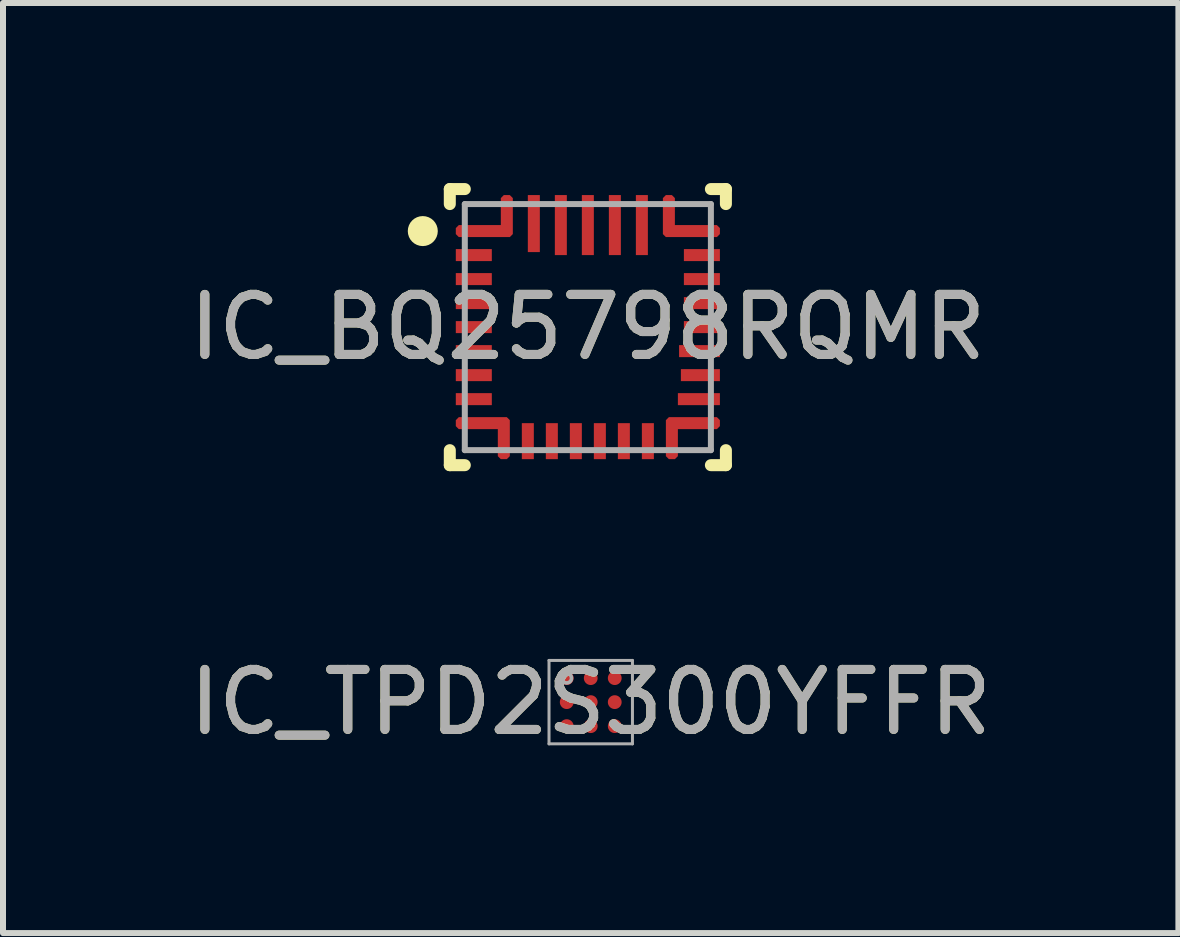
<source format=kicad_pcb>
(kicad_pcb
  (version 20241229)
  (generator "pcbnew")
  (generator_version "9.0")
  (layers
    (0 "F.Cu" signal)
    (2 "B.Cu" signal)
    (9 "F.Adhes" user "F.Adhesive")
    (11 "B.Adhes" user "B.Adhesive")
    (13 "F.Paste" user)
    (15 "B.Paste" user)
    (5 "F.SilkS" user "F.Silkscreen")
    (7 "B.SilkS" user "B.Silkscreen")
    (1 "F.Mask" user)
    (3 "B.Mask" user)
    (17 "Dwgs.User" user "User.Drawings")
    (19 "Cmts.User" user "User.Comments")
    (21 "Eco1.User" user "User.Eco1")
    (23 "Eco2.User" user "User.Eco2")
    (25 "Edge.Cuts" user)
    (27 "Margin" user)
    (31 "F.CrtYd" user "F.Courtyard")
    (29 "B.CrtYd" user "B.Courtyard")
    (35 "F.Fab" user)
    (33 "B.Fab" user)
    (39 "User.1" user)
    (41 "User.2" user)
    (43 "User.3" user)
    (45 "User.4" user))
  (footprint "IC_BQ25798RQMR"
    (layer "F.Cu")
    (at 6.744 2.4)
    (property "Reference" "IC_BQ25798RQMR" (at 0 0 0) (unlocked yes) (layer "F.SilkS") (effects (font (size 1 1) (thickness 0.15))))
    (attr smd)
    (fp_poly (pts (xy -2.2 -1.65) (xy -2.15 -1.7) (xy -1.45 -1.7) (xy -1.45 -2.15) (xy -1.4 -2.2) (xy -1.3 -2.2) (xy -1.25 -2.15) (xy -1.25 -1.55) (xy -1.3 -1.5) (xy -2.15 -1.5) (xy -2.2 -1.55)) (stroke (width 0) (type solid)) (fill yes) (layer "F.Cu"))
    (fp_poly (pts (xy -2.2 1.65) (xy -2.15 1.7) (xy -1.5 1.7) (xy -1.5 2.15) (xy -1.45 2.2) (xy -1.35 2.2) (xy -1.3 2.15) (xy -1.3 1.55) (xy -1.35 1.5) (xy -2.15 1.5) (xy -2.2 1.55)) (stroke (width 0) (type solid)) (fill yes) (layer "F.Cu"))
    (fp_poly (pts (xy 2.2 -1.65) (xy 2.15 -1.7) (xy 1.45 -1.7) (xy 1.45 -2.15) (xy 1.4 -2.2) (xy 1.3 -2.2) (xy 1.25 -2.15) (xy 1.25 -1.55) (xy 1.3 -1.5) (xy 2.15 -1.5) (xy 2.2 -1.55)) (stroke (width 0) (type solid)) (fill yes) (layer "F.Cu"))
    (fp_poly (pts (xy 2.2 1.65) (xy 2.15 1.7) (xy 1.5 1.7) (xy 1.5 2.15) (xy 1.45 2.2) (xy 1.35 2.2) (xy 1.3 2.15) (xy 1.3 1.55) (xy 1.35 1.5) (xy 2.15 1.5) (xy 2.2 1.55)) (stroke (width 0) (type solid)) (fill yes) (layer "F.Cu"))
    (fp_poly (pts (xy -2.2 -1.65) (xy -2.15 -1.7) (xy -1.45 -1.7) (xy -1.45 -2.15) (xy -1.4 -2.2) (xy -1.3 -2.2) (xy -1.25 -2.15) (xy -1.25 -1.55) (xy -1.3 -1.5) (xy -2.15 -1.5) (xy -2.2 -1.55)) (stroke (width 0) (type solid)) (fill yes) (layer "F.Mask"))
    (fp_poly (pts (xy -2.2 1.65) (xy -2.2 1.55) (xy -2.15 1.5) (xy -1.35 1.5) (xy -1.3 1.55) (xy -1.3 2.15) (xy -1.35 2.2) (xy -1.45 2.2) (xy -1.5 2.15) (xy -1.5 1.7) (xy -2.15 1.7)) (stroke (width 0) (type solid)) (fill yes) (layer "F.Mask"))
    (fp_poly (pts (xy 2.2 -1.65) (xy 2.2 -1.55) (xy 2.15 -1.5) (xy 1.3 -1.5) (xy 1.25 -1.55) (xy 1.25 -2.15) (xy 1.3 -2.2) (xy 1.4 -2.2) (xy 1.45 -2.15) (xy 1.45 -1.7) (xy 2.15 -1.7)) (stroke (width 0) (type solid)) (fill yes) (layer "F.Mask"))
    (fp_poly (pts (xy 2.2 1.65) (xy 2.15 1.7) (xy 1.5 1.7) (xy 1.5 2.15) (xy 1.45 2.2) (xy 1.35 2.2) (xy 1.3 2.15) (xy 1.3 1.55) (xy 1.35 1.5) (xy 2.15 1.5) (xy 2.2 1.55)) (stroke (width 0) (type solid)) (fill yes) (layer "F.Mask"))
    (fp_line (start -2.3 -2.3) (end -2.05 -2.3) (stroke (width 0.2) (type solid)) (layer "F.SilkS"))
    (fp_line (start -2.3 -2.05) (end -2.3 -2.3) (stroke (width 0.2) (type solid)) (layer "F.SilkS"))
    (fp_line (start -2.3 2.3) (end -2.3 2.05) (stroke (width 0.2) (type solid)) (layer "F.SilkS"))
    (fp_line (start -2.3 2.3) (end -2.05 2.3) (stroke (width 0.2) (type solid)) (layer "F.SilkS"))
    (fp_line (start 2.05 -2.3) (end 2.3 -2.3) (stroke (width 0.2) (type solid)) (layer "F.SilkS"))
    (fp_line (start 2.05 2.3) (end 2.3 2.3) (stroke (width 0.2) (type solid)) (layer "F.SilkS"))
    (fp_line (start 2.3 -2.05) (end 2.3 -2.3) (stroke (width 0.2) (type solid)) (layer "F.SilkS"))
    (fp_line (start 2.3 2.3) (end 2.3 2.05) (stroke (width 0.2) (type solid)) (layer "F.SilkS"))
    (fp_circle (center -2.75 -1.6) (end -2.625 -1.6) (stroke (width 0.25) (type solid)) (fill no) (layer "F.SilkS"))
    (fp_poly (pts (xy -2.2 -1.65) (xy -2.15 -1.7) (xy -1.45 -1.7) (xy -1.45 -2.15) (xy -1.4 -2.2) (xy -1.3 -2.2) (xy -1.25 -2.15) (xy -1.25 -1.55) (xy -1.3 -1.5) (xy -2.15 -1.5) (xy -2.2 -1.55)) (stroke (width 0) (type solid)) (fill yes) (layer "F.Paste"))
    (fp_poly (pts (xy -2.2 1.65) (xy -2.2 1.55) (xy -2.15 1.5) (xy -1.35 1.5) (xy -1.3 1.55) (xy -1.3 2.15) (xy -1.35 2.2) (xy -1.45 2.2) (xy -1.5 2.15) (xy -1.5 1.7) (xy -2.15 1.7)) (stroke (width 0) (type solid)) (fill yes) (layer "F.Paste"))
    (fp_poly (pts (xy 2.2 -1.65) (xy 2.2 -1.55) (xy 2.15 -1.5) (xy 1.3 -1.5) (xy 1.25 -1.55) (xy 1.25 -2.15) (xy 1.3 -2.2) (xy 1.4 -2.2) (xy 1.45 -2.15) (xy 1.45 -1.7) (xy 2.15 -1.7)) (stroke (width 0) (type solid)) (fill yes) (layer "F.Paste"))
    (fp_poly (pts (xy 2.2 1.65) (xy 2.15 1.7) (xy 1.5 1.7) (xy 1.5 2.15) (xy 1.45 2.2) (xy 1.35 2.2) (xy 1.3 2.15) (xy 1.3 1.55) (xy 1.35 1.5) (xy 2.15 1.5) (xy 2.2 1.55)) (stroke (width 0) (type solid)) (fill yes) (layer "F.Paste"))
    (fp_line (start -2.05 -2.05) (end 2.05 -2.05) (stroke (width 0.1) (type solid)) (layer "F.Fab"))
    (fp_line (start -2.05 2.05) (end -2.05 -2.05) (stroke (width 0.1) (type solid)) (layer "F.Fab"))
    (fp_line (start -2.05 2.05) (end 2.05 2.05) (stroke (width 0.1) (type solid)) (layer "F.Fab"))
    (fp_line (start 2.05 2.05) (end 2.05 -2.05) (stroke (width 0.1) (type solid)) (layer "F.Fab"))
    (fp_text user "${REFERENCE}" (at 0 0 0) (unlocked yes) (layer "F.Fab") (effects (font (size 1 1) (thickness 0.15))))
    (pad "1" smd circle (at -1.369 -1.631) (size 0.192 0.192) (layers "F.Cu" "F.Mask" "F.Paste"))
    (pad "2" smd rect (at -1.9 -1.2) (size 0.6 0.2) (layers "F.Cu" "F.Mask" "F.Paste"))
    (pad "3" smd rect (at -1.9 -0.8) (size 0.6 0.2) (layers "F.Cu" "F.Mask" "F.Paste"))
    (pad "4" smd rect (at -1.9 -0.4) (size 0.6 0.2) (layers "F.Cu" "F.Mask" "F.Paste"))
    (pad "5" smd rect (at -1.9 0) (size 0.6 0.2) (layers "F.Cu" "F.Mask" "F.Paste"))
    (pad "6" smd rect (at -1.9 0.4) (size 0.6 0.2) (layers "F.Cu" "F.Mask" "F.Paste"))
    (pad "7" smd rect (at -1.9 0.8) (size 0.6 0.2) (layers "F.Cu" "F.Mask" "F.Paste"))
    (pad "8" smd rect (at -1.9 1.2) (size 0.6 0.2) (layers "F.Cu" "F.Mask" "F.Paste"))
    (pad "9" smd circle (at -1.412 1.763) (size 0.158 0.158) (layers "F.Cu" "F.Mask" "F.Paste"))
    (pad "10" smd rect (at -1 1.9 90) (size 0.6 0.2) (layers "F.Cu" "F.Mask" "F.Paste"))
    (pad "11" smd rect (at -0.6 1.9 90) (size 0.6 0.2) (layers "F.Cu" "F.Mask" "F.Paste"))
    (pad "12" smd rect (at -0.2 1.9 90) (size 0.6 0.2) (layers "F.Cu" "F.Mask" "F.Paste"))
    (pad "13" smd rect (at 0.2 1.9 90) (size 0.6 0.2) (layers "F.Cu" "F.Mask" "F.Paste"))
    (pad "14" smd rect (at 0.6 1.9 90) (size 0.6 0.2) (layers "F.Cu" "F.Mask" "F.Paste"))
    (pad "15" smd rect (at 1 1.9 90) (size 0.6 0.2) (layers "F.Cu" "F.Mask" "F.Paste"))
    (pad "16" smd circle (at 1.431 1.631) (size 0.175 0.175) (layers "F.Cu" "F.Mask" "F.Paste"))
    (pad "17" smd rect (at 1.85 1.2) (size 0.7 0.2) (layers "F.Cu" "F.Mask" "F.Paste"))
    (pad "18" smd rect (at 1.875 0.8) (size 0.65 0.2) (layers "F.Cu" "F.Mask" "F.Paste"))
    (pad "19" smd rect (at 1.86 0.4) (size 0.68 0.2) (layers "F.Cu" "F.Mask" "F.Paste"))
    (pad "20" smd rect (at 1.9 0) (size 0.6 0.2) (layers "F.Cu" "F.Mask" "F.Paste"))
    (pad "21" smd rect (at 1.9 -0.4) (size 0.6 0.2) (layers "F.Cu" "F.Mask" "F.Paste"))
    (pad "22" smd rect (at 1.9 -0.8) (size 0.6 0.2) (layers "F.Cu" "F.Mask" "F.Paste"))
    (pad "23" smd rect (at 1.9 -1.2) (size 0.6 0.2) (layers "F.Cu" "F.Mask" "F.Paste"))
    (pad "24" smd circle (at 1.381 -1.631) (size 0.175 0.175) (layers "F.Cu" "F.Mask" "F.Paste"))
    (pad "25" smd rect (at 0.9 -1.7) (size 0.2 1) (layers "F.Cu" "F.Mask" "F.Paste"))
    (pad "26" smd rect (at 0.45 -1.7) (size 0.2 1) (layers "F.Cu" "F.Mask" "F.Paste"))
    (pad "27" smd rect (at 0 -1.7) (size 0.2 1) (layers "F.Cu" "F.Mask" "F.Paste"))
    (pad "28" smd rect (at -0.45 -1.7) (size 0.2 1) (layers "F.Cu" "F.Mask" "F.Paste"))
    (pad "29" smd rect (at -0.9 -1.725) (size 0.2 0.95) (layers "F.Cu" "F.Mask" "F.Paste")))
  (footprint "IC_TPD2S300YFFR"
    (layer "F.Cu")
    (at 6.792 8.648)
    (property "Reference" "IC_TPD2S300YFFR" (at 0 0 0) (unlocked yes) (layer "F.SilkS") (effects (font (size 1 1) (thickness 0.15))))
    (attr smd)
    (fp_poly (pts (xy -0.525 -0.325) (xy -0.525 -0.475) (xy -0.475 -0.525) (xy -0.325 -0.525) (xy -0.275 -0.475) (xy -0.275 -0.325) (xy -0.325 -0.275) (xy -0.475 -0.275)) (stroke (width 0) (type solid)) (fill yes) (layer "F.Paste"))
    (fp_poly (pts (xy -0.525 0.075) (xy -0.525 -0.075) (xy -0.475 -0.125) (xy -0.325 -0.125) (xy -0.275 -0.075) (xy -0.275 0.075) (xy -0.325 0.125) (xy -0.475 0.125)) (stroke (width 0) (type solid)) (fill yes) (layer "F.Paste"))
    (fp_poly (pts (xy -0.525 0.475) (xy -0.525 0.325) (xy -0.475 0.275) (xy -0.325 0.275) (xy -0.275 0.325) (xy -0.275 0.475) (xy -0.325 0.525) (xy -0.475 0.525)) (stroke (width 0) (type solid)) (fill yes) (layer "F.Paste"))
    (fp_poly (pts (xy -0.125 -0.325) (xy -0.125 -0.475) (xy -0.075 -0.525) (xy 0.075 -0.525) (xy 0.125 -0.475) (xy 0.125 -0.325) (xy 0.075 -0.275) (xy -0.075 -0.275)) (stroke (width 0) (type solid)) (fill yes) (layer "F.Paste"))
    (fp_poly (pts (xy -0.125 0.075) (xy -0.125 -0.075) (xy -0.075 -0.125) (xy 0.075 -0.125) (xy 0.125 -0.075) (xy 0.125 0.075) (xy 0.075 0.125) (xy -0.075 0.125)) (stroke (width 0) (type solid)) (fill yes) (layer "F.Paste"))
    (fp_poly (pts (xy -0.125 0.475) (xy -0.125 0.325) (xy -0.075 0.275) (xy 0.075 0.275) (xy 0.125 0.325) (xy 0.125 0.475) (xy 0.075 0.525) (xy -0.075 0.525)) (stroke (width 0) (type solid)) (fill yes) (layer "F.Paste"))
    (fp_poly (pts (xy 0.275 -0.325) (xy 0.275 -0.475) (xy 0.325 -0.525) (xy 0.475 -0.525) (xy 0.525 -0.475) (xy 0.525 -0.325) (xy 0.475 -0.275) (xy 0.325 -0.275)) (stroke (width 0) (type solid)) (fill yes) (layer "F.Paste"))
    (fp_poly (pts (xy 0.275 0.075) (xy 0.275 -0.075) (xy 0.325 -0.125) (xy 0.475 -0.125) (xy 0.525 -0.075) (xy 0.525 0.075) (xy 0.475 0.125) (xy 0.325 0.125)) (stroke (width 0) (type solid)) (fill yes) (layer "F.Paste"))
    (fp_poly (pts (xy 0.275 0.475) (xy 0.275 0.325) (xy 0.325 0.275) (xy 0.475 0.275) (xy 0.525 0.325) (xy 0.525 0.475) (xy 0.475 0.525) (xy 0.325 0.525)) (stroke (width 0) (type solid)) (fill yes) (layer "F.Paste"))
    (fp_line (start -0.695 -0.695) (end 0.695 -0.695) (stroke (width 0.05) (type solid)) (layer "F.Fab"))
    (fp_line (start -0.695 0.695) (end -0.695 -0.695) (stroke (width 0.05) (type solid)) (layer "F.Fab"))
    (fp_line (start -0.695 0.695) (end 0.695 0.695) (stroke (width 0.05) (type solid)) (layer "F.Fab"))
    (fp_line (start 0.695 0.695) (end 0.695 -0.695) (stroke (width 0.05) (type solid)) (layer "F.Fab"))
    (fp_circle (center -0.4 -0.4) (end -0.32 -0.4) (stroke (width 0.06) (type solid)) (fill no) (layer "F.Fab"))
    (fp_text user "${REFERENCE}" (at 0 0 0) (unlocked yes) (layer "F.Fab") (effects (font (size 1 1) (thickness 0.15))))
    (pad "1" smd circle (at -0.4 -0.4 90) (size 0.23 0.23) (layers "F.Cu" "F.Mask"))
    (pad "2" smd circle (at 0 -0.4 90) (size 0.23 0.23) (layers "F.Cu" "F.Mask"))
    (pad "3" smd circle (at 0.4 -0.4 90) (size 0.23 0.23) (layers "F.Cu" "F.Mask"))
    (pad "4" smd circle (at -0.4 0 90) (size 0.23 0.23) (layers "F.Cu" "F.Mask"))
    (pad "5" smd circle (at 0 0 90) (size 0.23 0.23) (layers "F.Cu" "F.Mask"))
    (pad "6" smd circle (at 0.4 0 90) (size 0.23 0.23) (layers "F.Cu" "F.Mask"))
    (pad "7" smd circle (at -0.4 0.4 90) (size 0.23 0.23) (layers "F.Cu" "F.Mask"))
    (pad "8" smd circle (at 0 0.4 90) (size 0.23 0.23) (layers "F.Cu" "F.Mask"))
    (pad "9" smd circle (at 0.4 0.4 90) (size 0.23 0.23) (layers "F.Cu" "F.Mask")))
  (gr_rect
    (start -3 -3)
    (end 16.583 12.496)
    (stroke (width 0.1) (type default))
    (fill no)
    (layer "Edge.Cuts")))
</source>
